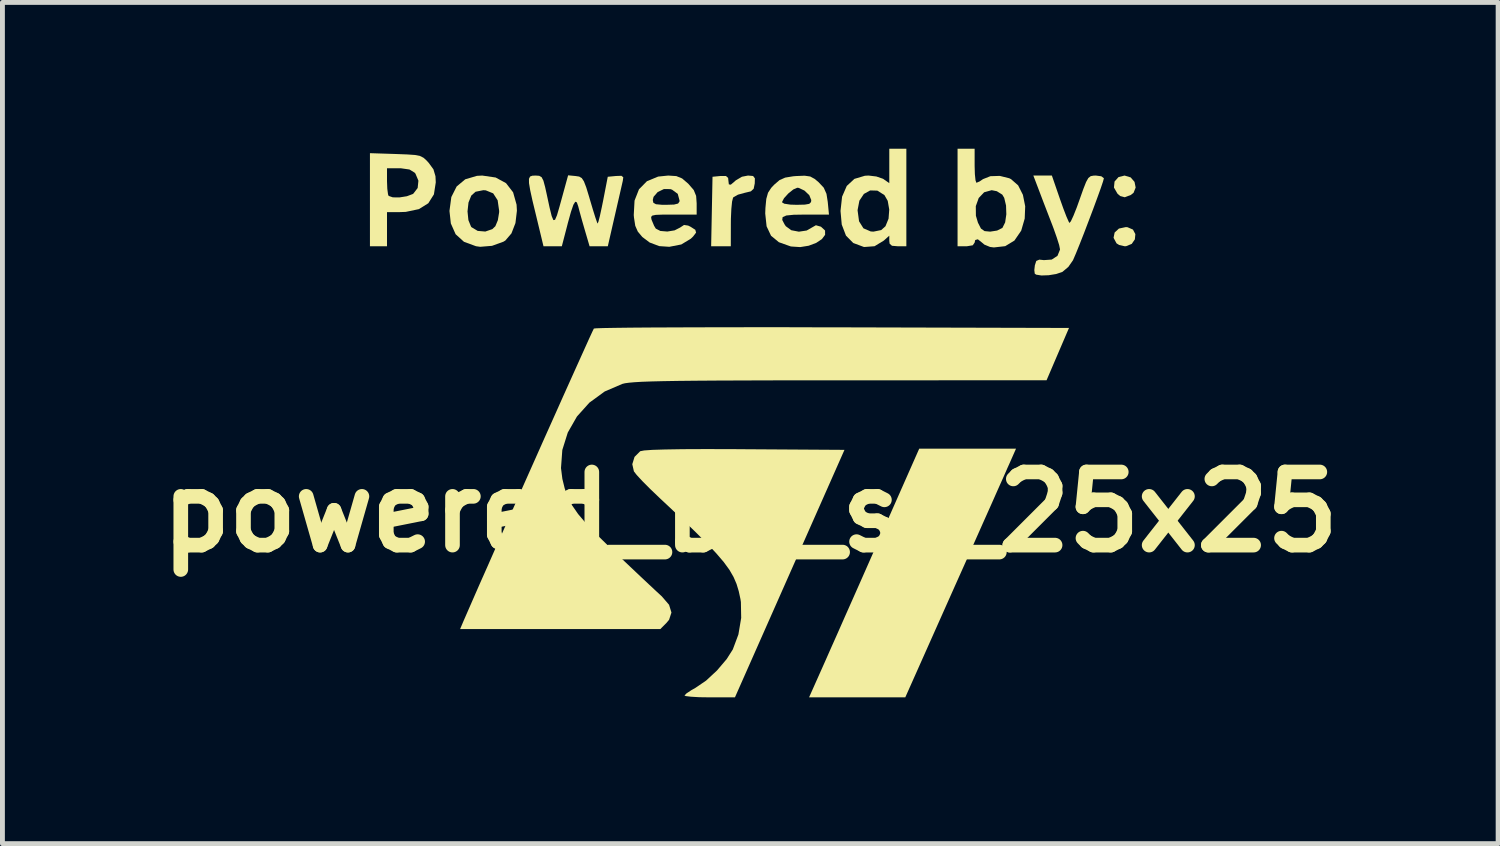
<source format=kicad_pcb>
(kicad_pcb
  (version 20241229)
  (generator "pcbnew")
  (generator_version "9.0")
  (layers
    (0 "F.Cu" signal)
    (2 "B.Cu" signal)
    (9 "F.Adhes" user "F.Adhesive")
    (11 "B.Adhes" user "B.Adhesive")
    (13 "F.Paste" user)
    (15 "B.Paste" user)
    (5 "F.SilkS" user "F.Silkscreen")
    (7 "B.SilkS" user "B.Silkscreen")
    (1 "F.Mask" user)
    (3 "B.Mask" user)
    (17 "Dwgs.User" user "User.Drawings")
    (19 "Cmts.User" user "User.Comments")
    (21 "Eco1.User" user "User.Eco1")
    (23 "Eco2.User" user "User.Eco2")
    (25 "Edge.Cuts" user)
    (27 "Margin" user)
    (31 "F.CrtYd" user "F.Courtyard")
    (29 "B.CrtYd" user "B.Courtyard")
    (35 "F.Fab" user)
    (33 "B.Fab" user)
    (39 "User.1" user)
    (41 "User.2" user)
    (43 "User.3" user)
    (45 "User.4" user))
  (footprint "powered_by_st_25x25"
    (layer "F.Cu")
    (at 12.336 7.45)
    (property "Reference" "powered_by_st_25x25" (at 0 0 0) (layer "F.SilkS") (effects (font (size 1.5 1.5) (thickness 0.3))))
    (attr board_only exclude_from_pos_files exclude_from_bom)
    (fp_poly (pts (xy 7.8 -6.862) (xy 7.879 -6.77) (xy 7.902 -6.654) (xy 7.859 -6.546) (xy 7.803 -6.502) (xy 7.679 -6.455) (xy 7.585 -6.48) (xy 7.529 -6.529) (xy 7.457 -6.654) (xy 7.469 -6.777) (xy 7.551 -6.869) (xy 7.675 -6.9)) (stroke (width 0) (type solid)) (fill yes) (layer "F.SilkS"))
    (fp_poly (pts (xy 7.734 -5.841) (xy 7.847 -5.792) (xy 7.896 -5.699) (xy 7.886 -5.592) (xy 7.822 -5.499) (xy 7.707 -5.452) (xy 7.679 -5.45) (xy 7.563 -5.476) (xy 7.51 -5.51) (xy 7.449 -5.623) (xy 7.471 -5.732) (xy 7.559 -5.813) (xy 7.699 -5.843)) (stroke (width 0) (type solid)) (fill yes) (layer "F.SilkS"))
    (fp_poly (pts (xy 5.322 -1.012) (xy 5.276 -0.91) (xy 5.195 -0.726) (xy 5.081 -0.471) (xy 4.941 -0.155) (xy 4.778 0.21) (xy 4.597 0.617) (xy 4.403 1.053) (xy 4.199 1.509) (xy 4.186 1.538) (xy 3.178 3.8) (xy 2.191 3.8) (xy 1.205 3.8) (xy 1.456 3.237) (xy 1.531 3.069) (xy 1.64 2.822) (xy 1.779 2.51) (xy 1.94 2.145) (xy 2.119 1.742) (xy 2.309 1.313) (xy 2.504 0.871) (xy 2.585 0.688) (xy 3.464 -1.3) (xy 4.457 -1.3) (xy 5.449 -1.3)) (stroke (width 0) (type solid)) (fill yes) (layer "F.SilkS"))
    (fp_poly (pts (xy 0.057 -6.891) (xy 0.094 -6.843) (xy 0.091 -6.738) (xy 0.069 -6.63) (xy 0.011 -6.576) (xy -0.114 -6.546) (xy -0.118 -6.545) (xy -0.253 -6.508) (xy -0.345 -6.456) (xy -0.354 -6.445) (xy -0.374 -6.366) (xy -0.389 -6.214) (xy -0.398 -6.015) (xy -0.399 -5.912) (xy -0.4 -5.45) (xy -0.601 -5.45) (xy -0.803 -5.45) (xy -0.789 -6.162) (xy -0.775 -6.875) (xy -0.613 -6.891) (xy -0.499 -6.891) (xy -0.455 -6.852) (xy -0.45 -6.803) (xy -0.44 -6.719) (xy -0.4 -6.713) (xy -0.314 -6.786) (xy -0.3 -6.8) (xy -0.171 -6.876) (xy -0.047 -6.9)) (stroke (width 0) (type solid)) (fill yes) (layer "F.SilkS"))
    (fp_poly (pts (xy -7.271 -7.342) (xy -7.035 -7.333) (xy -6.877 -7.322) (xy -6.773 -7.301) (xy -6.701 -7.265) (xy -6.638 -7.208) (xy -6.596 -7.162) (xy -6.498 -7.028) (xy -6.456 -6.886) (xy -6.45 -6.76) (xy -6.488 -6.514) (xy -6.603 -6.332) (xy -6.795 -6.212) (xy -7.065 -6.155) (xy -7.198 -6.15) (xy -7.45 -6.15) (xy -7.45 -5.8) (xy -7.45 -5.45) (xy -7.625 -5.45) (xy -7.8 -5.45) (xy -7.8 -6.405) (xy -7.8 -7.05) (xy -7.45 -7.05) (xy -7.45 -6.783) (xy -7.444 -6.628) (xy -7.429 -6.516) (xy -7.417 -6.483) (xy -7.331 -6.453) (xy -7.192 -6.452) (xy -7.042 -6.476) (xy -6.922 -6.521) (xy -6.911 -6.528) (xy -6.821 -6.645) (xy -6.806 -6.795) (xy -6.867 -6.94) (xy -6.883 -6.959) (xy -6.989 -7.024) (xy -7.163 -7.049) (xy -7.208 -7.05) (xy -7.45 -7.05) (xy -7.8 -7.05) (xy -7.8 -7.359)) (stroke (width 0) (type solid)) (fill yes) (layer "F.SilkS"))
    (fp_poly (pts (xy -5.222 -6.86) (xy -5.009 -6.744) (xy -4.864 -6.556) (xy -4.793 -6.303) (xy -4.786 -6.179) (xy -4.816 -5.926) (xy -4.898 -5.714) (xy -5.023 -5.568) (xy -5.062 -5.544) (xy -5.296 -5.459) (xy -5.539 -5.439) (xy -5.625 -5.451) (xy -5.872 -5.542) (xy -6.043 -5.697) (xy -6.141 -5.918) (xy -6.168 -6.165) (xy -5.799 -6.165) (xy -5.781 -5.986) (xy -5.727 -5.853) (xy -5.717 -5.841) (xy -5.59 -5.765) (xy -5.434 -5.752) (xy -5.291 -5.801) (xy -5.228 -5.861) (xy -5.177 -5.984) (xy -5.151 -6.144) (xy -5.15 -6.175) (xy -5.181 -6.393) (xy -5.273 -6.535) (xy -5.425 -6.597) (xy -5.475 -6.6) (xy -5.634 -6.568) (xy -5.722 -6.489) (xy -5.779 -6.347) (xy -5.799 -6.165) (xy -6.168 -6.165) (xy -6.169 -6.175) (xy -6.131 -6.459) (xy -6.022 -6.676) (xy -5.846 -6.823) (xy -5.606 -6.894) (xy -5.498 -6.9)) (stroke (width 0) (type solid)) (fill yes) (layer "F.SilkS"))
    (fp_poly (pts (xy -0.379 -1.29) (xy -0.111 -1.288) (xy 1.931 -1.275) (xy 0.808 1.262) (xy -0.315 3.8) (xy -0.833 3.8) (xy -1.046 3.797) (xy -1.217 3.787) (xy -1.324 3.774) (xy -1.35 3.762) (xy -1.31 3.72) (xy -1.206 3.651) (xy -1.126 3.606) (xy -0.907 3.457) (xy -0.683 3.249) (xy -0.485 3.016) (xy -0.359 2.818) (xy -0.244 2.51) (xy -0.187 2.171) (xy -0.193 1.845) (xy -0.202 1.786) (xy -0.237 1.624) (xy -0.282 1.475) (xy -0.344 1.331) (xy -0.429 1.184) (xy -0.546 1.024) (xy -0.701 0.843) (xy -0.901 0.631) (xy -1.154 0.38) (xy -1.467 0.08) (xy -1.847 -0.276) (xy -1.875 -0.303) (xy -2.055 -0.475) (xy -2.212 -0.633) (xy -2.329 -0.759) (xy -2.387 -0.834) (xy -2.42 -0.981) (xy -2.374 -1.131) (xy -2.262 -1.243) (xy -2.255 -1.248) (xy -2.177 -1.263) (xy -2.008 -1.275) (xy -1.745 -1.283) (xy -1.386 -1.289) (xy -0.932 -1.291)) (stroke (width 0) (type solid)) (fill yes) (layer "F.SilkS"))
    (fp_poly (pts (xy 3.2 -6.45) (xy 3.2 -5.45) (xy 3.025 -5.45) (xy 2.905 -5.46) (xy 2.857 -5.503) (xy 2.85 -5.559) (xy 2.85 -5.667) (xy 2.737 -5.566) (xy 2.548 -5.451) (xy 2.34 -5.435) (xy 2.325 -5.437) (xy 2.111 -5.517) (xy 1.962 -5.668) (xy 1.875 -5.895) (xy 1.85 -6.173) (xy 1.851 -6.186) (xy 2.2 -6.186) (xy 2.23 -5.962) (xy 2.32 -5.818) (xy 2.469 -5.754) (xy 2.525 -5.75) (xy 2.684 -5.782) (xy 2.772 -5.861) (xy 2.835 -6.016) (xy 2.849 -6.203) (xy 2.818 -6.381) (xy 2.75 -6.5) (xy 2.605 -6.591) (xy 2.458 -6.595) (xy 2.329 -6.523) (xy 2.237 -6.385) (xy 2.2 -6.193) (xy 2.2 -6.186) (xy 1.851 -6.186) (xy 1.882 -6.467) (xy 1.978 -6.687) (xy 2.135 -6.832) (xy 2.35 -6.896) (xy 2.425 -6.9) (xy 2.585 -6.881) (xy 2.721 -6.834) (xy 2.739 -6.822) (xy 2.85 -6.744) (xy 2.85 -7.097) (xy 2.85 -7.45) (xy 3.025 -7.45) (xy 3.2 -7.45)) (stroke (width 0) (type solid)) (fill yes) (layer "F.SilkS"))
    (fp_poly (pts (xy 4.6 -7.1) (xy 4.605 -6.928) (xy 4.618 -6.803) (xy 4.636 -6.752) (xy 4.638 -6.752) (xy 4.703 -6.78) (xy 4.772 -6.827) (xy 4.923 -6.887) (xy 5.116 -6.893) (xy 5.309 -6.845) (xy 5.346 -6.827) (xy 5.492 -6.699) (xy 5.59 -6.505) (xy 5.637 -6.27) (xy 5.627 -6.018) (xy 5.556 -5.773) (xy 5.553 -5.767) (xy 5.416 -5.567) (xy 5.227 -5.452) (xy 4.995 -5.426) (xy 4.916 -5.436) (xy 4.8 -5.484) (xy 4.748 -5.528) (xy 4.666 -5.593) (xy 4.612 -5.578) (xy 4.6 -5.525) (xy 4.562 -5.47) (xy 4.441 -5.45) (xy 4.425 -5.45) (xy 4.25 -5.45) (xy 4.25 -6.273) (xy 4.624 -6.273) (xy 4.626 -6.076) (xy 4.668 -5.934) (xy 4.73 -5.813) (xy 4.804 -5.761) (xy 4.919 -5.75) (xy 5.061 -5.772) (xy 5.167 -5.825) (xy 5.171 -5.829) (xy 5.226 -5.94) (xy 5.25 -6.106) (xy 5.244 -6.286) (xy 5.207 -6.442) (xy 5.167 -6.509) (xy 5.055 -6.579) (xy 4.95 -6.6) (xy 4.795 -6.557) (xy 4.684 -6.44) (xy 4.624 -6.273) (xy 4.25 -6.273) (xy 4.25 -6.45) (xy 4.25 -7.45) (xy 4.425 -7.45) (xy 4.6 -7.45)) (stroke (width 0) (type solid)) (fill yes) (layer "F.SilkS"))
    (fp_poly (pts (xy 6.348 -6.424) (xy 6.42 -6.222) (xy 6.483 -6.058) (xy 6.529 -5.954) (xy 6.545 -5.928) (xy 6.574 -5.963) (xy 6.626 -6.075) (xy 6.694 -6.245) (xy 6.751 -6.404) (xy 6.829 -6.624) (xy 6.886 -6.768) (xy 6.932 -6.85) (xy 6.981 -6.888) (xy 7.042 -6.899) (xy 7.087 -6.9) (xy 7.198 -6.885) (xy 7.249 -6.847) (xy 7.25 -6.843) (xy 7.233 -6.778) (xy 7.186 -6.639) (xy 7.116 -6.445) (xy 7.031 -6.214) (xy 6.937 -5.966) (xy 6.843 -5.719) (xy 6.754 -5.493) (xy 6.678 -5.305) (xy 6.622 -5.175) (xy 6.616 -5.162) (xy 6.522 -5.027) (xy 6.403 -4.927) (xy 6.396 -4.923) (xy 6.272 -4.881) (xy 6.118 -4.856) (xy 5.969 -4.851) (xy 5.862 -4.868) (xy 5.833 -4.888) (xy 5.824 -4.961) (xy 5.835 -5.059) (xy 5.864 -5.149) (xy 5.927 -5.176) (xy 6.021 -5.166) (xy 6.181 -5.177) (xy 6.299 -5.254) (xy 6.35 -5.38) (xy 6.35 -5.392) (xy 6.333 -5.476) (xy 6.286 -5.625) (xy 6.22 -5.812) (xy 6.196 -5.876) (xy 6.105 -6.112) (xy 6.009 -6.361) (xy 5.929 -6.572) (xy 5.923 -6.588) (xy 5.804 -6.9) (xy 5.994 -6.9) (xy 6.184 -6.9)) (stroke (width 0) (type solid)) (fill yes) (layer "F.SilkS"))
    (fp_poly (pts (xy -1.517 -6.889) (xy -1.399 -6.841) (xy -1.276 -6.736) (xy -1.27 -6.73) (xy -1.16 -6.603) (xy -1.111 -6.483) (xy -1.1 -6.33) (xy -1.1 -6.1) (xy -1.578 -6.1) (xy -1.799 -6.099) (xy -1.937 -6.094) (xy -2.01 -6.079) (xy -2.034 -6.051) (xy -2.028 -6.005) (xy -2.022 -5.987) (xy -1.973 -5.87) (xy -1.938 -5.812) (xy -1.845 -5.764) (xy -1.702 -5.752) (xy -1.553 -5.776) (xy -1.441 -5.833) (xy -1.359 -5.887) (xy -1.274 -5.874) (xy -1.225 -5.85) (xy -1.128 -5.788) (xy -1.112 -5.73) (xy -1.174 -5.649) (xy -1.22 -5.605) (xy -1.415 -5.487) (xy -1.661 -5.439) (xy -1.867 -5.453) (xy -2.064 -5.527) (xy -2.214 -5.64) (xy -2.307 -5.751) (xy -2.359 -5.869) (xy -2.385 -6.036) (xy -2.39 -6.09) (xy -2.374 -6.385) (xy -2.369 -6.399) (xy -2 -6.399) (xy -1.988 -6.342) (xy -1.935 -6.312) (xy -1.819 -6.301) (xy -1.725 -6.3) (xy -1.564 -6.305) (xy -1.481 -6.326) (xy -1.452 -6.368) (xy -1.451 -6.388) (xy -1.488 -6.525) (xy -1.604 -6.61) (xy -1.64 -6.622) (xy -1.772 -6.623) (xy -1.899 -6.562) (xy -1.984 -6.464) (xy -2 -6.399) (xy -2.369 -6.399) (xy -2.283 -6.618) (xy -2.12 -6.784) (xy -1.89 -6.879) (xy -1.683 -6.9)) (stroke (width 0) (type solid)) (fill yes) (layer "F.SilkS"))
    (fp_poly (pts (xy -3.581 -6.89) (xy -3.509 -6.879) (xy -3.456 -6.848) (xy -3.412 -6.781) (xy -3.365 -6.659) (xy -3.305 -6.463) (xy -3.288 -6.404) (xy -3.228 -6.202) (xy -3.177 -6.039) (xy -3.142 -5.938) (xy -3.132 -5.915) (xy -3.115 -5.953) (xy -3.085 -6.069) (xy -3.047 -6.244) (xy -3.018 -6.386) (xy -2.923 -6.875) (xy -2.755 -6.891) (xy -2.643 -6.895) (xy -2.605 -6.865) (xy -2.615 -6.791) (xy -2.636 -6.699) (xy -2.674 -6.532) (xy -2.724 -6.315) (xy -2.78 -6.07) (xy -2.782 -6.062) (xy -2.922 -5.45) (xy -3.109 -5.45) (xy -3.296 -5.45) (xy -3.395 -5.787) (xy -3.451 -5.981) (xy -3.499 -6.155) (xy -3.528 -6.266) (xy -3.557 -6.35) (xy -3.589 -6.364) (xy -3.628 -6.301) (xy -3.678 -6.155) (xy -3.744 -5.917) (xy -3.751 -5.888) (xy -3.865 -5.45) (xy -4.053 -5.45) (xy -4.241 -5.45) (xy -4.395 -6.089) (xy -4.467 -6.386) (xy -4.514 -6.601) (xy -4.538 -6.745) (xy -4.539 -6.833) (xy -4.516 -6.88) (xy -4.47 -6.897) (xy -4.403 -6.9) (xy -4.329 -6.895) (xy -4.28 -6.867) (xy -4.243 -6.796) (xy -4.207 -6.662) (xy -4.174 -6.513) (xy -4.116 -6.243) (xy -4.073 -6.069) (xy -4.038 -5.986) (xy -4.004 -5.993) (xy -3.964 -6.087) (xy -3.912 -6.265) (xy -3.877 -6.392) (xy -3.736 -6.905)) (stroke (width 0) (type solid)) (fill yes) (layer "F.SilkS"))
    (fp_poly (pts (xy 1.228 -6.881) (xy 1.32 -6.831) (xy 1.399 -6.765) (xy 1.506 -6.651) (xy 1.562 -6.525) (xy 1.588 -6.36) (xy 1.613 -6.1) (xy 1.131 -6.1) (xy 0.89 -6.096) (xy 0.738 -6.081) (xy 0.663 -6.048) (xy 0.655 -5.99) (xy 0.701 -5.901) (xy 0.728 -5.861) (xy 0.84 -5.779) (xy 0.996 -5.749) (xy 1.156 -5.773) (xy 1.254 -5.829) (xy 1.345 -5.881) (xy 1.446 -5.852) (xy 1.449 -5.851) (xy 1.533 -5.773) (xy 1.534 -5.685) (xy 1.468 -5.597) (xy 1.351 -5.519) (xy 1.197 -5.461) (xy 1.023 -5.433) (xy 0.843 -5.445) (xy 0.825 -5.448) (xy 0.586 -5.533) (xy 0.425 -5.666) (xy 0.334 -5.859) (xy 0.306 -6.122) (xy 0.31 -6.234) (xy 0.321 -6.352) (xy 0.65 -6.352) (xy 0.696 -6.323) (xy 0.821 -6.304) (xy 0.95 -6.3) (xy 1.118 -6.304) (xy 1.209 -6.32) (xy 1.245 -6.356) (xy 1.25 -6.397) (xy 1.209 -6.498) (xy 1.11 -6.592) (xy 0.993 -6.647) (xy 0.962 -6.65) (xy 0.882 -6.615) (xy 0.78 -6.533) (xy 0.691 -6.435) (xy 0.65 -6.356) (xy 0.65 -6.352) (xy 0.321 -6.352) (xy 0.328 -6.422) (xy 0.363 -6.547) (xy 0.429 -6.648) (xy 0.488 -6.711) (xy 0.598 -6.806) (xy 0.715 -6.858) (xy 0.879 -6.885) (xy 0.941 -6.89) (xy 1.114 -6.897)) (stroke (width 0) (type solid)) (fill yes) (layer "F.SilkS"))
    (fp_poly (pts (xy 0.703 -3.79) (xy 1.38 -3.788) (xy 1.683 -3.788) (xy 6.535 -3.775) (xy 6.305 -3.239) (xy 6.075 -2.702) (xy 1.845 -2.701) (xy 1.076 -2.701) (xy 0.401 -2.7) (xy -0.187 -2.698) (xy -0.694 -2.696) (xy -1.125 -2.693) (xy -1.488 -2.689) (xy -1.788 -2.684) (xy -2.032 -2.678) (xy -2.226 -2.671) (xy -2.376 -2.662) (xy -2.488 -2.652) (xy -2.569 -2.641) (xy -2.623 -2.628) (xy -2.986 -2.472) (xy -3.299 -2.244) (xy -3.555 -1.959) (xy -3.743 -1.63) (xy -3.855 -1.273) (xy -3.882 -0.902) (xy -3.854 -0.68) (xy -3.806 -0.484) (xy -3.743 -0.307) (xy -3.654 -0.137) (xy -3.531 0.041) (xy -3.363 0.239) (xy -3.14 0.471) (xy -2.854 0.75) (xy -2.751 0.849) (xy -2.51 1.077) (xy -2.284 1.291) (xy -2.086 1.477) (xy -1.93 1.623) (xy -1.829 1.716) (xy -1.814 1.73) (xy -1.666 1.902) (xy -1.617 2.061) (xy -1.666 2.21) (xy -1.718 2.272) (xy -1.845 2.4) (xy -3.898 2.4) (xy -5.951 2.4) (xy -5.882 2.237) (xy -5.8 2.049) (xy -5.689 1.795) (xy -5.553 1.484) (xy -5.394 1.126) (xy -5.219 0.728) (xy -5.03 0.302) (xy -4.831 -0.145) (xy -4.628 -0.602) (xy -4.423 -1.062) (xy -4.222 -1.514) (xy -4.027 -1.949) (xy -3.844 -2.359) (xy -3.676 -2.733) (xy -3.527 -3.064) (xy -3.402 -3.341) (xy -3.305 -3.556) (xy -3.239 -3.699) (xy -3.209 -3.761) (xy -3.207 -3.763) (xy -3.153 -3.768) (xy -3.006 -3.773) (xy -2.772 -3.777) (xy -2.459 -3.781) (xy -2.073 -3.784) (xy -1.622 -3.786) (xy -1.112 -3.788) (xy -0.55 -3.789) (xy 0.058 -3.79)) (stroke (width 0) (type solid)) (fill yes) (layer "F.SilkS")))
  (gr_rect
    (start -3 -3)
    (end 27.671 14.25)
    (stroke (width 0.1) (type default))
    (fill no)
    (layer "Edge.Cuts")))
</source>
